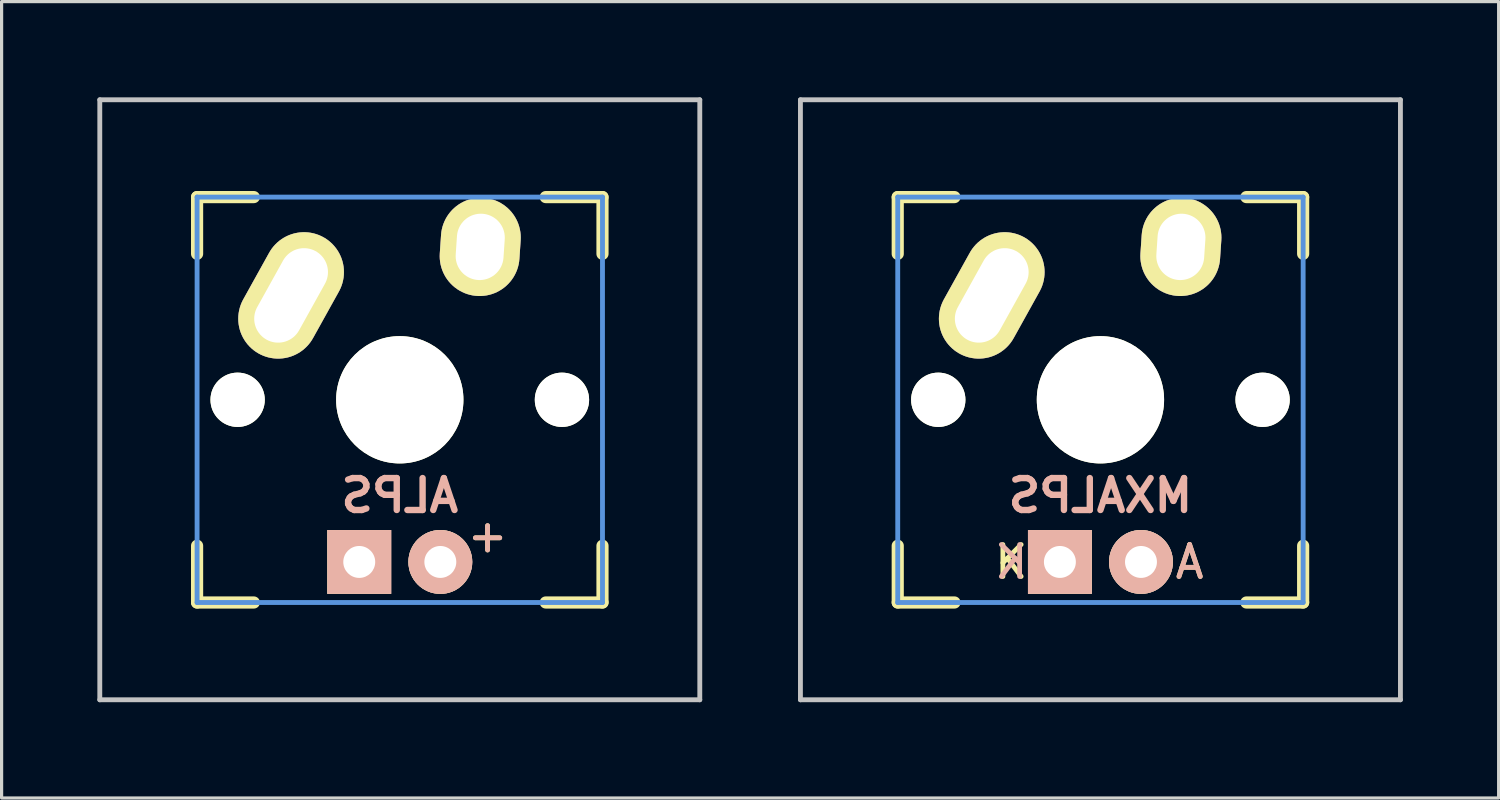
<source format=kicad_pcb>
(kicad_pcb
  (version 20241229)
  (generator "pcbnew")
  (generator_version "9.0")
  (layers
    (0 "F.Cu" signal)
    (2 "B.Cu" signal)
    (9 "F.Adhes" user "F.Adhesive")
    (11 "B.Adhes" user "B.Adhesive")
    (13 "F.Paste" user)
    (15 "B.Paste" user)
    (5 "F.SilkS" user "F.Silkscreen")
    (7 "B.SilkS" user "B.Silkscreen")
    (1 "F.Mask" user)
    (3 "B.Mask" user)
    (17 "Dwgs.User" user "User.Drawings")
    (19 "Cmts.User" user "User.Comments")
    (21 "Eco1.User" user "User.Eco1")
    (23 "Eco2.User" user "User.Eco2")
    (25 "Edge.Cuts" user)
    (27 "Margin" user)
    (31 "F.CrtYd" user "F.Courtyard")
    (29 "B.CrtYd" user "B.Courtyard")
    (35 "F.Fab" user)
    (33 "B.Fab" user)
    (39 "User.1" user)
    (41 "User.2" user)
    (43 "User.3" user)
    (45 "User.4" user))
  (footprint "ALPS"
    (layer "F.Cu")
    (at 9.474 9.474)
    (property "Reference" "ALPS" (at 0 3 0) (layer "B.SilkS") (effects (font (size 1 1) (thickness 0.2)) (justify mirror)))
    (attr through_hole)
    (fp_line (start -6.35 -6.35) (end -4.572 -6.35) (stroke (width 0.381) (type solid)) (layer "F.SilkS"))
    (fp_line (start -6.35 -4.572) (end -6.35 -6.35) (stroke (width 0.381) (type solid)) (layer "F.SilkS"))
    (fp_line (start -6.35 6.35) (end -6.35 4.572) (stroke (width 0.381) (type solid)) (layer "F.SilkS"))
    (fp_line (start -4.572 6.35) (end -6.35 6.35) (stroke (width 0.381) (type solid)) (layer "F.SilkS"))
    (fp_line (start 4.572 -6.35) (end 6.35 -6.35) (stroke (width 0.381) (type solid)) (layer "F.SilkS"))
    (fp_line (start 6.35 -6.35) (end 6.35 -4.572) (stroke (width 0.381) (type solid)) (layer "F.SilkS"))
    (fp_line (start 6.35 4.572) (end 6.35 6.35) (stroke (width 0.381) (type solid)) (layer "F.SilkS"))
    (fp_line (start 6.35 6.35) (end 4.572 6.35) (stroke (width 0.381) (type solid)) (layer "F.SilkS"))
    (fp_line (start -9.398 -9.398) (end 9.398 -9.398) (stroke (width 0.152) (type solid)) (layer "Dwgs.User"))
    (fp_line (start -9.398 9.398) (end -9.398 -9.398) (stroke (width 0.152) (type solid)) (layer "Dwgs.User"))
    (fp_line (start 9.398 -9.398) (end 9.398 9.398) (stroke (width 0.152) (type solid)) (layer "Dwgs.User"))
    (fp_line (start 9.398 9.398) (end -9.398 9.398) (stroke (width 0.152) (type solid)) (layer "Dwgs.User"))
    (fp_line (start -6.35 -6.35) (end 6.35 -6.35) (stroke (width 0.152) (type solid)) (layer "Cmts.User"))
    (fp_line (start -6.35 6.35) (end -6.35 -6.35) (stroke (width 0.152) (type solid)) (layer "Cmts.User"))
    (fp_line (start 6.35 -6.35) (end 6.35 6.35) (stroke (width 0.152) (type solid)) (layer "Cmts.User"))
    (fp_line (start 6.35 6.35) (end -6.35 6.35) (stroke (width 0.152) (type solid)) (layer "Cmts.User"))
    (fp_line (start -7.75 -6.4) (end -6.985 -6.4) (stroke (width 0.152) (type solid)) (layer "Eco2.User"))
    (fp_line (start -7.75 6.4) (end -7.75 -6.4) (stroke (width 0.152) (type solid)) (layer "Eco2.User"))
    (fp_line (start -7.75 6.4) (end -6.985 6.4) (stroke (width 0.152) (type solid)) (layer "Eco2.User"))
    (fp_line (start -6.985 -6.985) (end 6.985 -6.985) (stroke (width 0.152) (type solid)) (layer "Eco2.User"))
    (fp_line (start -6.985 -6.4) (end -6.985 -6.985) (stroke (width 0.152) (type solid)) (layer "Eco2.User"))
    (fp_line (start -6.985 6.4) (end -6.985 6.985) (stroke (width 0.152) (type solid)) (layer "Eco2.User"))
    (fp_line (start 6.985 -6.4) (end 6.985 -6.985) (stroke (width 0.152) (type solid)) (layer "Eco2.User"))
    (fp_line (start 6.985 6.4) (end 7.75 6.4) (stroke (width 0.152) (type solid)) (layer "Eco2.User"))
    (fp_line (start 6.985 6.985) (end -6.985 6.985) (stroke (width 0.152) (type solid)) (layer "Eco2.User"))
    (fp_line (start 6.985 6.985) (end 6.985 6.4) (stroke (width 0.152) (type solid)) (layer "Eco2.User"))
    (fp_line (start 7.75 -6.4) (end 6.985 -6.4) (stroke (width 0.152) (type solid)) (layer "Eco2.User"))
    (fp_line (start 7.75 6.4) (end 7.75 -6.4) (stroke (width 0.152) (type solid)) (layer "Eco2.User"))
    (fp_text user "+" (at 2.75 4.25 0) (layer "F.SilkS") (effects (font (size 1 1) (thickness 0.15))))
    (fp_text user "+" (at 2.75 4.25 0) (layer "B.SilkS") (effects (font (size 1 1) (thickness 0.15)) (justify mirror)))
    (pad "" np_thru_hole circle (at -5.08 0) (size 1.702 1.702) (drill 1.702) (layers "*.Cu" "*.Mask" "F.SilkS"))
    (pad "" np_thru_hole circle (at 0 0) (size 3.988 3.988) (drill 3.988) (layers "*.Cu" "*.Mask" "F.SilkS"))
    (pad "" np_thru_hole circle (at 5.08 0) (size 1.702 1.702) (drill 1.702) (layers "*.Cu" "*.Mask" "F.SilkS"))
    (pad "A" thru_hole circle (at 1.27 5.08) (size 2 2) (drill 1) (layers "*.Cu" "*.SilkS" "*.Mask"))
    (pad "K" thru_hole rect (at -1.27 5.08) (size 2 2) (drill 1) (layers "*.Cu" "*.SilkS" "*.Mask"))
    (pad "SW1" thru_hole oval (at -3.405 -3.27 330.95) (size 2.5 4.17) (drill oval 1.5 3.17) (layers "*.Cu" "*.Mask" "F.SilkS"))
    (pad "SW2" thru_hole oval (at 2.52 -4.79 356.1) (size 2.5 3.08) (drill oval 1.5 2.08) (layers "*.Cu" "*.Mask" "F.SilkS")))
  (footprint "MXALPS"
    (layer "F.Cu")
    (at 31.423 9.474)
    (property "Reference" "MXALPS" (at 0 3 0) (layer "B.SilkS") (effects (font (size 1 1) (thickness 0.2)) (justify mirror)))
    (attr through_hole)
    (fp_line (start -6.35 -6.35) (end -4.572 -6.35) (stroke (width 0.381) (type solid)) (layer "F.SilkS"))
    (fp_line (start -6.35 -4.572) (end -6.35 -6.35) (stroke (width 0.381) (type solid)) (layer "F.SilkS"))
    (fp_line (start -6.35 6.35) (end -6.35 4.572) (stroke (width 0.381) (type solid)) (layer "F.SilkS"))
    (fp_line (start -4.572 6.35) (end -6.35 6.35) (stroke (width 0.381) (type solid)) (layer "F.SilkS"))
    (fp_line (start 4.572 -6.35) (end 6.35 -6.35) (stroke (width 0.381) (type solid)) (layer "F.SilkS"))
    (fp_line (start 6.35 -6.35) (end 6.35 -4.572) (stroke (width 0.381) (type solid)) (layer "F.SilkS"))
    (fp_line (start 6.35 4.572) (end 6.35 6.35) (stroke (width 0.381) (type solid)) (layer "F.SilkS"))
    (fp_line (start 6.35 6.35) (end 4.572 6.35) (stroke (width 0.381) (type solid)) (layer "F.SilkS"))
    (fp_line (start -9.398 -9.398) (end 9.398 -9.398) (stroke (width 0.152) (type solid)) (layer "Dwgs.User"))
    (fp_line (start -9.398 9.398) (end -9.398 -9.398) (stroke (width 0.152) (type solid)) (layer "Dwgs.User"))
    (fp_line (start 9.398 -9.398) (end 9.398 9.398) (stroke (width 0.152) (type solid)) (layer "Dwgs.User"))
    (fp_line (start 9.398 9.398) (end -9.398 9.398) (stroke (width 0.152) (type solid)) (layer "Dwgs.User"))
    (fp_line (start -6.35 -6.35) (end 6.35 -6.35) (stroke (width 0.152) (type solid)) (layer "Cmts.User"))
    (fp_line (start -6.35 6.35) (end -6.35 -6.35) (stroke (width 0.152) (type solid)) (layer "Cmts.User"))
    (fp_line (start 6.35 -6.35) (end 6.35 6.35) (stroke (width 0.152) (type solid)) (layer "Cmts.User"))
    (fp_line (start 6.35 6.35) (end -6.35 6.35) (stroke (width 0.152) (type solid)) (layer "Cmts.User"))
    (fp_line (start -7.75 -6.4) (end -6.985 -6.4) (stroke (width 0.152) (type solid)) (layer "Eco2.User"))
    (fp_line (start -7.75 6.4) (end -7.75 -6.4) (stroke (width 0.152) (type solid)) (layer "Eco2.User"))
    (fp_line (start -7.75 6.4) (end -6.985 6.4) (stroke (width 0.152) (type solid)) (layer "Eco2.User"))
    (fp_line (start -6.985 -6.985) (end 6.985 -6.985) (stroke (width 0.152) (type solid)) (layer "Eco2.User"))
    (fp_line (start -6.985 -6.4) (end -6.985 -6.985) (stroke (width 0.152) (type solid)) (layer "Eco2.User"))
    (fp_line (start -6.985 6.4) (end -6.985 6.985) (stroke (width 0.152) (type solid)) (layer "Eco2.User"))
    (fp_line (start 6.985 -6.4) (end 6.985 -6.985) (stroke (width 0.152) (type solid)) (layer "Eco2.User"))
    (fp_line (start 6.985 6.4) (end 7.75 6.4) (stroke (width 0.152) (type solid)) (layer "Eco2.User"))
    (fp_line (start 6.985 6.985) (end -6.985 6.985) (stroke (width 0.152) (type solid)) (layer "Eco2.User"))
    (fp_line (start 6.985 6.985) (end 6.985 6.4) (stroke (width 0.152) (type solid)) (layer "Eco2.User"))
    (fp_line (start 7.75 -6.4) (end 6.985 -6.4) (stroke (width 0.152) (type solid)) (layer "Eco2.User"))
    (fp_line (start 7.75 6.4) (end 7.75 -6.4) (stroke (width 0.152) (type solid)) (layer "Eco2.User"))
    (fp_text user "A" (at 2.794 5.08 0) (layer "F.SilkS") (effects (font (size 1 1) (thickness 0.15))))
    (fp_text user "K" (at -2.794 5.08 0) (layer "F.SilkS") (effects (font (size 1 1) (thickness 0.15))))
    (fp_text user "A" (at 2.794 5.08 0) (layer "B.SilkS") (effects (font (size 1 1) (thickness 0.15)) (justify mirror)))
    (fp_text user "K" (at -2.794 5.08 0) (layer "B.SilkS") (effects (font (size 1 1) (thickness 0.15)) (justify mirror)))
    (pad "" np_thru_hole circle (at -5.08 0) (size 1.702 1.702) (drill 1.702) (layers "*.Cu" "*.Mask" "F.SilkS"))
    (pad "" np_thru_hole circle (at 0 0) (size 3.988 3.988) (drill 3.988) (layers "*.Cu" "*.Mask" "F.SilkS"))
    (pad "" np_thru_hole circle (at 5.08 0) (size 1.702 1.702) (drill 1.702) (layers "*.Cu" "*.Mask" "F.SilkS"))
    (pad "A" thru_hole circle (at 1.27 5.08) (size 2 2) (drill 1) (layers "*.Cu" "*.SilkS" "*.Mask"))
    (pad "K" thru_hole rect (at -1.27 5.08) (size 2 2) (drill 1) (layers "*.Cu" "*.SilkS" "*.Mask"))
    (pad "SW1" thru_hole oval (at -3.405 -3.27 330.95) (size 2.5 4.17) (drill oval 1.5 3.17) (layers "*.Cu" "*.Mask" "F.SilkS"))
    (pad "SW2" thru_hole oval (at 2.52 -4.79 356.1) (size 2.5 3.08) (drill oval 1.5 2.08) (layers "*.Cu" "*.Mask" "F.SilkS")))
  (gr_rect
    (start -3 -3)
    (end 43.897 21.948)
    (stroke (width 0.1) (type default))
    (fill no)
    (layer "Edge.Cuts")))
</source>
